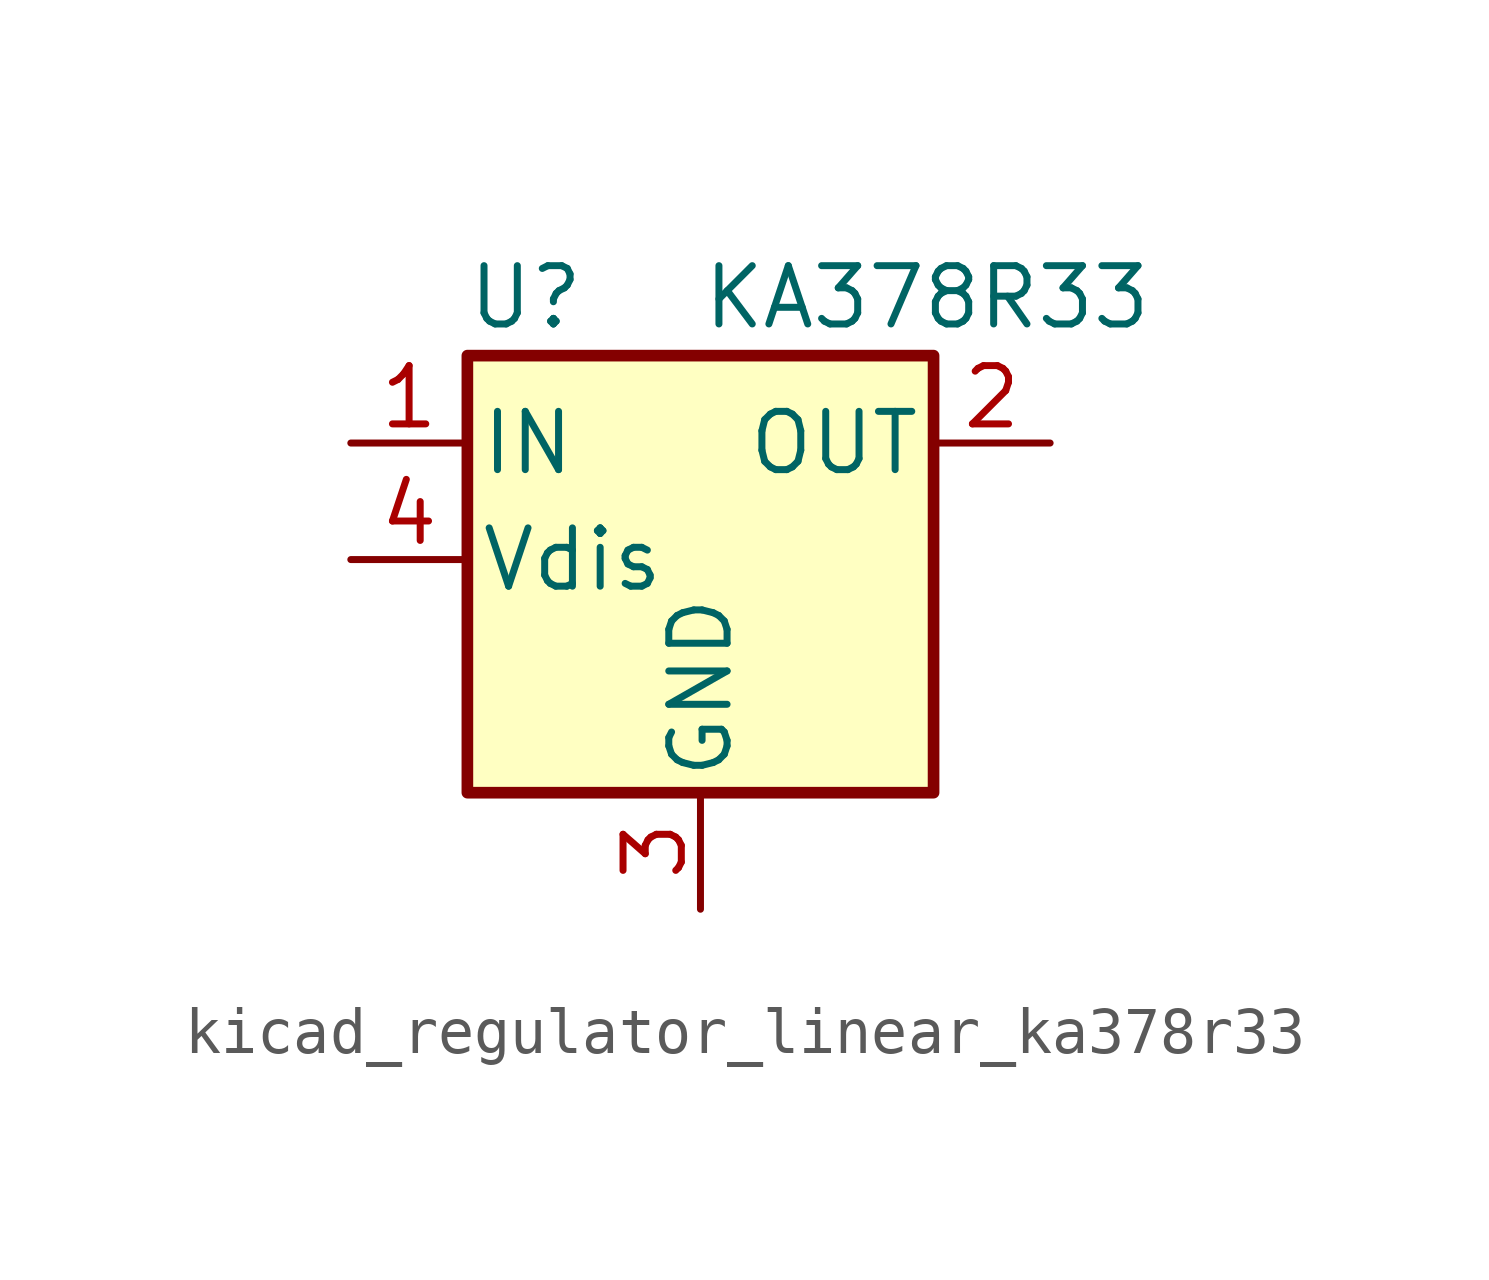
<source format=kicad_sym>
(kicad_symbol_lib
  (version 20220914)
  (generator kicad_symbol_editor)
  (symbol "kicad_regulator_linear_ka378r33"
    (pin_names
      (offset 0.254))
    (property "Reference" "U"
      (at -3.81 5.715 0)
      (effects (font (size 1.27 1.27))))
    (property "Value" "KA378R33"
      (at 0 5.715 0)
      (effects (font (size 1.27 1.27)) (justify left)))
    (symbol "kicad_regulator_linear_ka378r33_0_1"
      (rectangle (start -5.08 4.445) (end 5.08 -5.08) (stroke (width 0.254) (type default)) (fill (type background))))
    (symbol "kicad_regulator_linear_ka378r33_1_1"
      (pin power_in line (at -7.62 2.54 0) (length 2.54) (name "IN" (effects (font (size 1.27 1.27)))) (number "1" (effects (font (size 1.27 1.27)))))
      (pin power_out line (at 7.62 2.54 180) (length 2.54) (name "OUT" (effects (font (size 1.27 1.27)))) (number "2" (effects (font (size 1.27 1.27)))))
      (pin power_in line (at 0 -7.62 90) (length 2.54) (name "GND" (effects (font (size 1.27 1.27)))) (number "3" (effects (font (size 1.27 1.27)))))
      (pin input line (at -7.62 0 0) (length 2.54) (name "Vdis" (effects (font (size 1.27 1.27)))) (number "4" (effects (font (size 1.27 1.27))))))))
</source>
